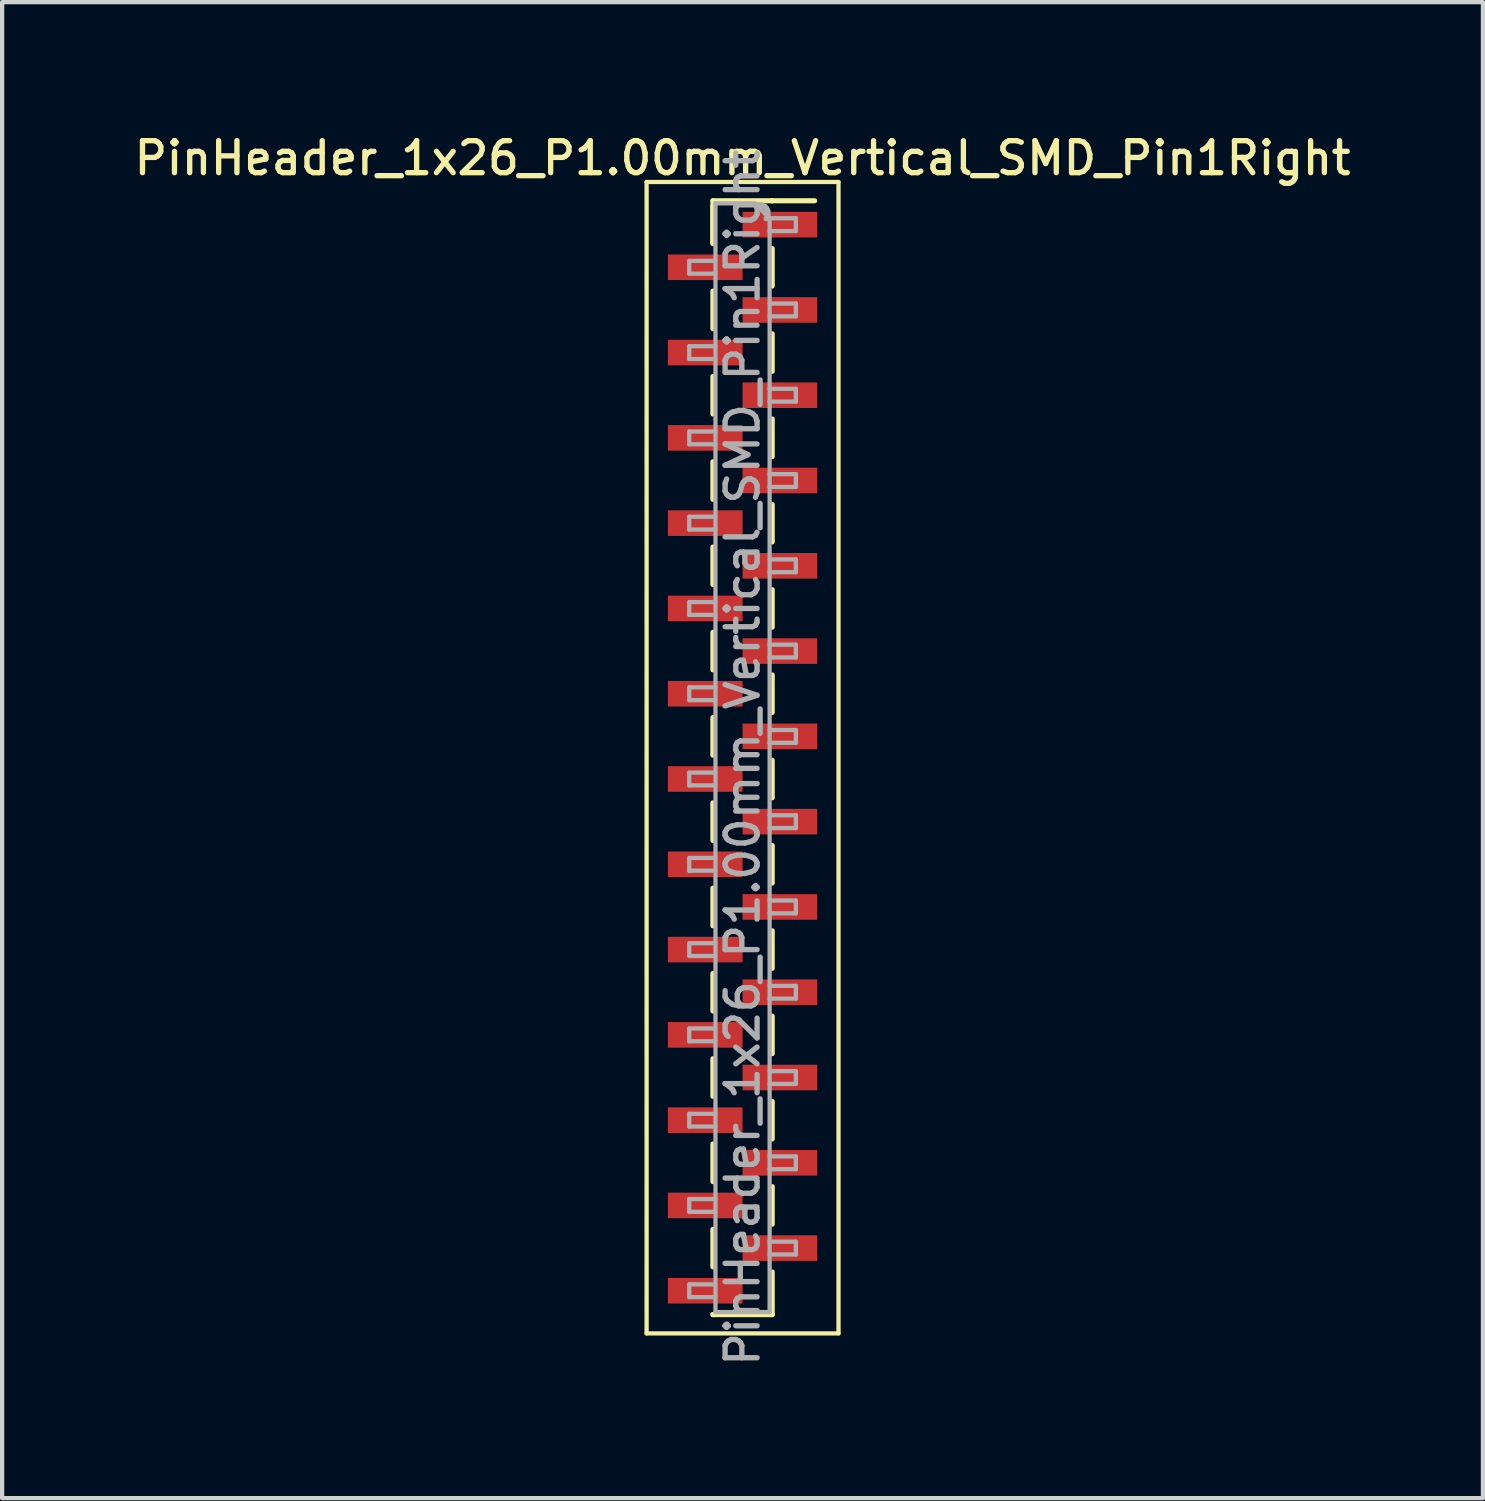
<source format=kicad_pcb>
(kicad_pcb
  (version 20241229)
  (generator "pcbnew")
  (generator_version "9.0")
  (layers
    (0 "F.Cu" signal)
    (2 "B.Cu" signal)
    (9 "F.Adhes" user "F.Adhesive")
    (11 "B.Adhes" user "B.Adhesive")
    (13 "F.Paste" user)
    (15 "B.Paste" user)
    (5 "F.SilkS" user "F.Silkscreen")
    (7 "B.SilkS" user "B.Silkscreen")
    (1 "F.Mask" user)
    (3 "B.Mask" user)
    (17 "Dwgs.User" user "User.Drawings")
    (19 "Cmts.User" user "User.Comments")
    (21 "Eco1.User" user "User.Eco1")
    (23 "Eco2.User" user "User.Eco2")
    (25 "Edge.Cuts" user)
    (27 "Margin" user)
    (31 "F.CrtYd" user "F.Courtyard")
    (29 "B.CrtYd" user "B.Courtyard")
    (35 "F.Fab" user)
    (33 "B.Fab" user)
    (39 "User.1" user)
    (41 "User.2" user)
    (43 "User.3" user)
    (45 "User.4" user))
  (footprint "PinHeader_1x26_P1.00mm_Vertical_SMD_Pin1Right"
    (layer "F.Cu")
    (at 14.363 14.718)
    (property "Reference" "PinHeader_1x26_P1.00mm_Vertical_SMD_Pin1Right" (at 0 -14.06 0) (layer "F.SilkS") (effects (font (size 0.75 0.75) (thickness 0.125))))
    (attr smd)
    (fp_line (start -2.25 -13.5) (end -2.25 13.5) (stroke (width 0.1) (type solid)) (layer "F.SilkS"))
    (fp_line (start -2.25 13.5) (end 2.25 13.5) (stroke (width 0.1) (type solid)) (layer "F.SilkS"))
    (fp_line (start -0.695 -13.06) (end -0.695 -12.06) (stroke (width 0.12) (type solid)) (layer "F.SilkS"))
    (fp_line (start -0.695 -13.06) (end 0.695 -13.06) (stroke (width 0.12) (type solid)) (layer "F.SilkS"))
    (fp_line (start -0.695 -12.94) (end -0.695 -12.06) (stroke (width 0.12) (type solid)) (layer "F.SilkS"))
    (fp_line (start -0.695 -10.94) (end -0.695 -10.06) (stroke (width 0.12) (type solid)) (layer "F.SilkS"))
    (fp_line (start -0.695 -8.94) (end -0.695 -8.06) (stroke (width 0.12) (type solid)) (layer "F.SilkS"))
    (fp_line (start -0.695 -6.94) (end -0.695 -6.06) (stroke (width 0.12) (type solid)) (layer "F.SilkS"))
    (fp_line (start -0.695 -4.94) (end -0.695 -4.06) (stroke (width 0.12) (type solid)) (layer "F.SilkS"))
    (fp_line (start -0.695 -2.94) (end -0.695 -2.06) (stroke (width 0.12) (type solid)) (layer "F.SilkS"))
    (fp_line (start -0.695 -0.94) (end -0.695 -0.06) (stroke (width 0.12) (type solid)) (layer "F.SilkS"))
    (fp_line (start -0.695 1.06) (end -0.695 1.94) (stroke (width 0.12) (type solid)) (layer "F.SilkS"))
    (fp_line (start -0.695 3.06) (end -0.695 3.94) (stroke (width 0.12) (type solid)) (layer "F.SilkS"))
    (fp_line (start -0.695 5.06) (end -0.695 5.94) (stroke (width 0.12) (type solid)) (layer "F.SilkS"))
    (fp_line (start -0.695 7.06) (end -0.695 7.94) (stroke (width 0.12) (type solid)) (layer "F.SilkS"))
    (fp_line (start -0.695 9.06) (end -0.695 9.94) (stroke (width 0.12) (type solid)) (layer "F.SilkS"))
    (fp_line (start -0.695 11.06) (end -0.695 11.94) (stroke (width 0.12) (type solid)) (layer "F.SilkS"))
    (fp_line (start -0.695 13.06) (end -0.695 13.06) (stroke (width 0.12) (type solid)) (layer "F.SilkS"))
    (fp_line (start -0.695 13.06) (end 0.695 13.06) (stroke (width 0.12) (type solid)) (layer "F.SilkS"))
    (fp_line (start 0.695 -13.06) (end 0.695 -13.06) (stroke (width 0.12) (type solid)) (layer "F.SilkS"))
    (fp_line (start 0.695 -13.06) (end 1.69 -13.06) (stroke (width 0.12) (type solid)) (layer "F.SilkS"))
    (fp_line (start 0.695 -11.94) (end 0.695 -11.06) (stroke (width 0.12) (type solid)) (layer "F.SilkS"))
    (fp_line (start 0.695 -9.94) (end 0.695 -9.06) (stroke (width 0.12) (type solid)) (layer "F.SilkS"))
    (fp_line (start 0.695 -7.94) (end 0.695 -7.06) (stroke (width 0.12) (type solid)) (layer "F.SilkS"))
    (fp_line (start 0.695 -5.94) (end 0.695 -5.06) (stroke (width 0.12) (type solid)) (layer "F.SilkS"))
    (fp_line (start 0.695 -3.94) (end 0.695 -3.06) (stroke (width 0.12) (type solid)) (layer "F.SilkS"))
    (fp_line (start 0.695 -1.94) (end 0.695 -1.06) (stroke (width 0.12) (type solid)) (layer "F.SilkS"))
    (fp_line (start 0.695 0.06) (end 0.695 0.94) (stroke (width 0.12) (type solid)) (layer "F.SilkS"))
    (fp_line (start 0.695 2.06) (end 0.695 2.94) (stroke (width 0.12) (type solid)) (layer "F.SilkS"))
    (fp_line (start 0.695 4.06) (end 0.695 4.94) (stroke (width 0.12) (type solid)) (layer "F.SilkS"))
    (fp_line (start 0.695 6.06) (end 0.695 6.94) (stroke (width 0.12) (type solid)) (layer "F.SilkS"))
    (fp_line (start 0.695 8.06) (end 0.695 8.94) (stroke (width 0.12) (type solid)) (layer "F.SilkS"))
    (fp_line (start 0.695 10.06) (end 0.695 10.94) (stroke (width 0.12) (type solid)) (layer "F.SilkS"))
    (fp_line (start 0.695 12.06) (end 0.695 13.06) (stroke (width 0.12) (type solid)) (layer "F.SilkS"))
    (fp_line (start 2.25 -13.5) (end -2.25 -13.5) (stroke (width 0.1) (type solid)) (layer "F.SilkS"))
    (fp_line (start 2.25 13.5) (end 2.25 -13.5) (stroke (width 0.1) (type solid)) (layer "F.SilkS"))
    (fp_line (start -1.25 -11.65) (end -1.25 -11.35) (stroke (width 0.1) (type solid)) (layer "F.Fab"))
    (fp_line (start -1.25 -11.35) (end -0.635 -11.35) (stroke (width 0.1) (type solid)) (layer "F.Fab"))
    (fp_line (start -1.25 -9.65) (end -1.25 -9.35) (stroke (width 0.1) (type solid)) (layer "F.Fab"))
    (fp_line (start -1.25 -9.35) (end -0.635 -9.35) (stroke (width 0.1) (type solid)) (layer "F.Fab"))
    (fp_line (start -1.25 -7.65) (end -1.25 -7.35) (stroke (width 0.1) (type solid)) (layer "F.Fab"))
    (fp_line (start -1.25 -7.35) (end -0.635 -7.35) (stroke (width 0.1) (type solid)) (layer "F.Fab"))
    (fp_line (start -1.25 -5.65) (end -1.25 -5.35) (stroke (width 0.1) (type solid)) (layer "F.Fab"))
    (fp_line (start -1.25 -5.35) (end -0.635 -5.35) (stroke (width 0.1) (type solid)) (layer "F.Fab"))
    (fp_line (start -1.25 -3.65) (end -1.25 -3.35) (stroke (width 0.1) (type solid)) (layer "F.Fab"))
    (fp_line (start -1.25 -3.35) (end -0.635 -3.35) (stroke (width 0.1) (type solid)) (layer "F.Fab"))
    (fp_line (start -1.25 -1.65) (end -1.25 -1.35) (stroke (width 0.1) (type solid)) (layer "F.Fab"))
    (fp_line (start -1.25 -1.35) (end -0.635 -1.35) (stroke (width 0.1) (type solid)) (layer "F.Fab"))
    (fp_line (start -1.25 0.35) (end -1.25 0.65) (stroke (width 0.1) (type solid)) (layer "F.Fab"))
    (fp_line (start -1.25 0.65) (end -0.635 0.65) (stroke (width 0.1) (type solid)) (layer "F.Fab"))
    (fp_line (start -1.25 2.35) (end -1.25 2.65) (stroke (width 0.1) (type solid)) (layer "F.Fab"))
    (fp_line (start -1.25 2.65) (end -0.635 2.65) (stroke (width 0.1) (type solid)) (layer "F.Fab"))
    (fp_line (start -1.25 4.35) (end -1.25 4.65) (stroke (width 0.1) (type solid)) (layer "F.Fab"))
    (fp_line (start -1.25 4.65) (end -0.635 4.65) (stroke (width 0.1) (type solid)) (layer "F.Fab"))
    (fp_line (start -1.25 6.35) (end -1.25 6.65) (stroke (width 0.1) (type solid)) (layer "F.Fab"))
    (fp_line (start -1.25 6.65) (end -0.635 6.65) (stroke (width 0.1) (type solid)) (layer "F.Fab"))
    (fp_line (start -1.25 8.35) (end -1.25 8.65) (stroke (width 0.1) (type solid)) (layer "F.Fab"))
    (fp_line (start -1.25 8.65) (end -0.635 8.65) (stroke (width 0.1) (type solid)) (layer "F.Fab"))
    (fp_line (start -1.25 10.35) (end -1.25 10.65) (stroke (width 0.1) (type solid)) (layer "F.Fab"))
    (fp_line (start -1.25 10.65) (end -0.635 10.65) (stroke (width 0.1) (type solid)) (layer "F.Fab"))
    (fp_line (start -1.25 12.35) (end -1.25 12.65) (stroke (width 0.1) (type solid)) (layer "F.Fab"))
    (fp_line (start -1.25 12.65) (end -0.635 12.65) (stroke (width 0.1) (type solid)) (layer "F.Fab"))
    (fp_line (start -0.635 -13) (end -0.635 13) (stroke (width 0.1) (type solid)) (layer "F.Fab"))
    (fp_line (start -0.635 -13) (end 0.285 -13) (stroke (width 0.1) (type solid)) (layer "F.Fab"))
    (fp_line (start -0.635 -11.65) (end -1.25 -11.65) (stroke (width 0.1) (type solid)) (layer "F.Fab"))
    (fp_line (start -0.635 -9.65) (end -1.25 -9.65) (stroke (width 0.1) (type solid)) (layer "F.Fab"))
    (fp_line (start -0.635 -7.65) (end -1.25 -7.65) (stroke (width 0.1) (type solid)) (layer "F.Fab"))
    (fp_line (start -0.635 -5.65) (end -1.25 -5.65) (stroke (width 0.1) (type solid)) (layer "F.Fab"))
    (fp_line (start -0.635 -3.65) (end -1.25 -3.65) (stroke (width 0.1) (type solid)) (layer "F.Fab"))
    (fp_line (start -0.635 -1.65) (end -1.25 -1.65) (stroke (width 0.1) (type solid)) (layer "F.Fab"))
    (fp_line (start -0.635 0.35) (end -1.25 0.35) (stroke (width 0.1) (type solid)) (layer "F.Fab"))
    (fp_line (start -0.635 2.35) (end -1.25 2.35) (stroke (width 0.1) (type solid)) (layer "F.Fab"))
    (fp_line (start -0.635 4.35) (end -1.25 4.35) (stroke (width 0.1) (type solid)) (layer "F.Fab"))
    (fp_line (start -0.635 6.35) (end -1.25 6.35) (stroke (width 0.1) (type solid)) (layer "F.Fab"))
    (fp_line (start -0.635 8.35) (end -1.25 8.35) (stroke (width 0.1) (type solid)) (layer "F.Fab"))
    (fp_line (start -0.635 10.35) (end -1.25 10.35) (stroke (width 0.1) (type solid)) (layer "F.Fab"))
    (fp_line (start -0.635 12.35) (end -1.25 12.35) (stroke (width 0.1) (type solid)) (layer "F.Fab"))
    (fp_line (start 0.635 -12.65) (end 0.285 -13) (stroke (width 0.1) (type solid)) (layer "F.Fab"))
    (fp_line (start 0.635 -12.65) (end 1.25 -12.65) (stroke (width 0.1) (type solid)) (layer "F.Fab"))
    (fp_line (start 0.635 -10.65) (end 1.25 -10.65) (stroke (width 0.1) (type solid)) (layer "F.Fab"))
    (fp_line (start 0.635 -8.65) (end 1.25 -8.65) (stroke (width 0.1) (type solid)) (layer "F.Fab"))
    (fp_line (start 0.635 -6.65) (end 1.25 -6.65) (stroke (width 0.1) (type solid)) (layer "F.Fab"))
    (fp_line (start 0.635 -4.65) (end 1.25 -4.65) (stroke (width 0.1) (type solid)) (layer "F.Fab"))
    (fp_line (start 0.635 -2.65) (end 1.25 -2.65) (stroke (width 0.1) (type solid)) (layer "F.Fab"))
    (fp_line (start 0.635 -0.65) (end 1.25 -0.65) (stroke (width 0.1) (type solid)) (layer "F.Fab"))
    (fp_line (start 0.635 1.35) (end 1.25 1.35) (stroke (width 0.1) (type solid)) (layer "F.Fab"))
    (fp_line (start 0.635 3.35) (end 1.25 3.35) (stroke (width 0.1) (type solid)) (layer "F.Fab"))
    (fp_line (start 0.635 5.35) (end 1.25 5.35) (stroke (width 0.1) (type solid)) (layer "F.Fab"))
    (fp_line (start 0.635 7.35) (end 1.25 7.35) (stroke (width 0.1) (type solid)) (layer "F.Fab"))
    (fp_line (start 0.635 9.35) (end 1.25 9.35) (stroke (width 0.1) (type solid)) (layer "F.Fab"))
    (fp_line (start 0.635 11.35) (end 1.25 11.35) (stroke (width 0.1) (type solid)) (layer "F.Fab"))
    (fp_line (start 0.635 13) (end -0.635 13) (stroke (width 0.1) (type solid)) (layer "F.Fab"))
    (fp_line (start 0.635 13) (end 0.635 -12.65) (stroke (width 0.1) (type solid)) (layer "F.Fab"))
    (fp_line (start 1.25 -12.65) (end 1.25 -12.35) (stroke (width 0.1) (type solid)) (layer "F.Fab"))
    (fp_line (start 1.25 -12.35) (end 0.635 -12.35) (stroke (width 0.1) (type solid)) (layer "F.Fab"))
    (fp_line (start 1.25 -10.65) (end 1.25 -10.35) (stroke (width 0.1) (type solid)) (layer "F.Fab"))
    (fp_line (start 1.25 -10.35) (end 0.635 -10.35) (stroke (width 0.1) (type solid)) (layer "F.Fab"))
    (fp_line (start 1.25 -8.65) (end 1.25 -8.35) (stroke (width 0.1) (type solid)) (layer "F.Fab"))
    (fp_line (start 1.25 -8.35) (end 0.635 -8.35) (stroke (width 0.1) (type solid)) (layer "F.Fab"))
    (fp_line (start 1.25 -6.65) (end 1.25 -6.35) (stroke (width 0.1) (type solid)) (layer "F.Fab"))
    (fp_line (start 1.25 -6.35) (end 0.635 -6.35) (stroke (width 0.1) (type solid)) (layer "F.Fab"))
    (fp_line (start 1.25 -4.65) (end 1.25 -4.35) (stroke (width 0.1) (type solid)) (layer "F.Fab"))
    (fp_line (start 1.25 -4.35) (end 0.635 -4.35) (stroke (width 0.1) (type solid)) (layer "F.Fab"))
    (fp_line (start 1.25 -2.65) (end 1.25 -2.35) (stroke (width 0.1) (type solid)) (layer "F.Fab"))
    (fp_line (start 1.25 -2.35) (end 0.635 -2.35) (stroke (width 0.1) (type solid)) (layer "F.Fab"))
    (fp_line (start 1.25 -0.65) (end 1.25 -0.35) (stroke (width 0.1) (type solid)) (layer "F.Fab"))
    (fp_line (start 1.25 -0.35) (end 0.635 -0.35) (stroke (width 0.1) (type solid)) (layer "F.Fab"))
    (fp_line (start 1.25 1.35) (end 1.25 1.65) (stroke (width 0.1) (type solid)) (layer "F.Fab"))
    (fp_line (start 1.25 1.65) (end 0.635 1.65) (stroke (width 0.1) (type solid)) (layer "F.Fab"))
    (fp_line (start 1.25 3.35) (end 1.25 3.65) (stroke (width 0.1) (type solid)) (layer "F.Fab"))
    (fp_line (start 1.25 3.65) (end 0.635 3.65) (stroke (width 0.1) (type solid)) (layer "F.Fab"))
    (fp_line (start 1.25 5.35) (end 1.25 5.65) (stroke (width 0.1) (type solid)) (layer "F.Fab"))
    (fp_line (start 1.25 5.65) (end 0.635 5.65) (stroke (width 0.1) (type solid)) (layer "F.Fab"))
    (fp_line (start 1.25 7.35) (end 1.25 7.65) (stroke (width 0.1) (type solid)) (layer "F.Fab"))
    (fp_line (start 1.25 7.65) (end 0.635 7.65) (stroke (width 0.1) (type solid)) (layer "F.Fab"))
    (fp_line (start 1.25 9.35) (end 1.25 9.65) (stroke (width 0.1) (type solid)) (layer "F.Fab"))
    (fp_line (start 1.25 9.65) (end 0.635 9.65) (stroke (width 0.1) (type solid)) (layer "F.Fab"))
    (fp_line (start 1.25 11.35) (end 1.25 11.65) (stroke (width 0.1) (type solid)) (layer "F.Fab"))
    (fp_line (start 1.25 11.65) (end 0.635 11.65) (stroke (width 0.1) (type solid)) (layer "F.Fab"))
    (fp_text user "${REFERENCE}" (at 0 0 90) (layer "F.Fab") (effects (font (size 0.75 0.75) (thickness 0.125))))
    (pad "1" smd rect (at 0.875 -12.5) (size 1.75 0.6) (layers "F.Cu" "F.Mask" "F.Paste"))
    (pad "2" smd rect (at -0.875 -11.5) (size 1.75 0.6) (layers "F.Cu" "F.Mask" "F.Paste"))
    (pad "3" smd rect (at 0.875 -10.5) (size 1.75 0.6) (layers "F.Cu" "F.Mask" "F.Paste"))
    (pad "4" smd rect (at -0.875 -9.5) (size 1.75 0.6) (layers "F.Cu" "F.Mask" "F.Paste"))
    (pad "5" smd rect (at 0.875 -8.5) (size 1.75 0.6) (layers "F.Cu" "F.Mask" "F.Paste"))
    (pad "6" smd rect (at -0.875 -7.5) (size 1.75 0.6) (layers "F.Cu" "F.Mask" "F.Paste"))
    (pad "7" smd rect (at 0.875 -6.5) (size 1.75 0.6) (layers "F.Cu" "F.Mask" "F.Paste"))
    (pad "8" smd rect (at -0.875 -5.5) (size 1.75 0.6) (layers "F.Cu" "F.Mask" "F.Paste"))
    (pad "9" smd rect (at 0.875 -4.5) (size 1.75 0.6) (layers "F.Cu" "F.Mask" "F.Paste"))
    (pad "10" smd rect (at -0.875 -3.5) (size 1.75 0.6) (layers "F.Cu" "F.Mask" "F.Paste"))
    (pad "11" smd rect (at 0.875 -2.5) (size 1.75 0.6) (layers "F.Cu" "F.Mask" "F.Paste"))
    (pad "12" smd rect (at -0.875 -1.5) (size 1.75 0.6) (layers "F.Cu" "F.Mask" "F.Paste"))
    (pad "13" smd rect (at 0.875 -0.5) (size 1.75 0.6) (layers "F.Cu" "F.Mask" "F.Paste"))
    (pad "14" smd rect (at -0.875 0.5) (size 1.75 0.6) (layers "F.Cu" "F.Mask" "F.Paste"))
    (pad "15" smd rect (at 0.875 1.5) (size 1.75 0.6) (layers "F.Cu" "F.Mask" "F.Paste"))
    (pad "16" smd rect (at -0.875 2.5) (size 1.75 0.6) (layers "F.Cu" "F.Mask" "F.Paste"))
    (pad "17" smd rect (at 0.875 3.5) (size 1.75 0.6) (layers "F.Cu" "F.Mask" "F.Paste"))
    (pad "18" smd rect (at -0.875 4.5) (size 1.75 0.6) (layers "F.Cu" "F.Mask" "F.Paste"))
    (pad "19" smd rect (at 0.875 5.5) (size 1.75 0.6) (layers "F.Cu" "F.Mask" "F.Paste"))
    (pad "20" smd rect (at -0.875 6.5) (size 1.75 0.6) (layers "F.Cu" "F.Mask" "F.Paste"))
    (pad "21" smd rect (at 0.875 7.5) (size 1.75 0.6) (layers "F.Cu" "F.Mask" "F.Paste"))
    (pad "22" smd rect (at -0.875 8.5) (size 1.75 0.6) (layers "F.Cu" "F.Mask" "F.Paste"))
    (pad "23" smd rect (at 0.875 9.5) (size 1.75 0.6) (layers "F.Cu" "F.Mask" "F.Paste"))
    (pad "24" smd rect (at -0.875 10.5) (size 1.75 0.6) (layers "F.Cu" "F.Mask" "F.Paste"))
    (pad "25" smd rect (at 0.875 11.5) (size 1.75 0.6) (layers "F.Cu" "F.Mask" "F.Paste"))
    (pad "26" smd rect (at -0.875 12.5) (size 1.75 0.6) (layers "F.Cu" "F.Mask" "F.Paste")))
  (gr_rect
    (start -3 -3)
    (end 31.725 32.081)
    (stroke (width 0.1) (type default))
    (fill no)
    (layer "Edge.Cuts")))
</source>
